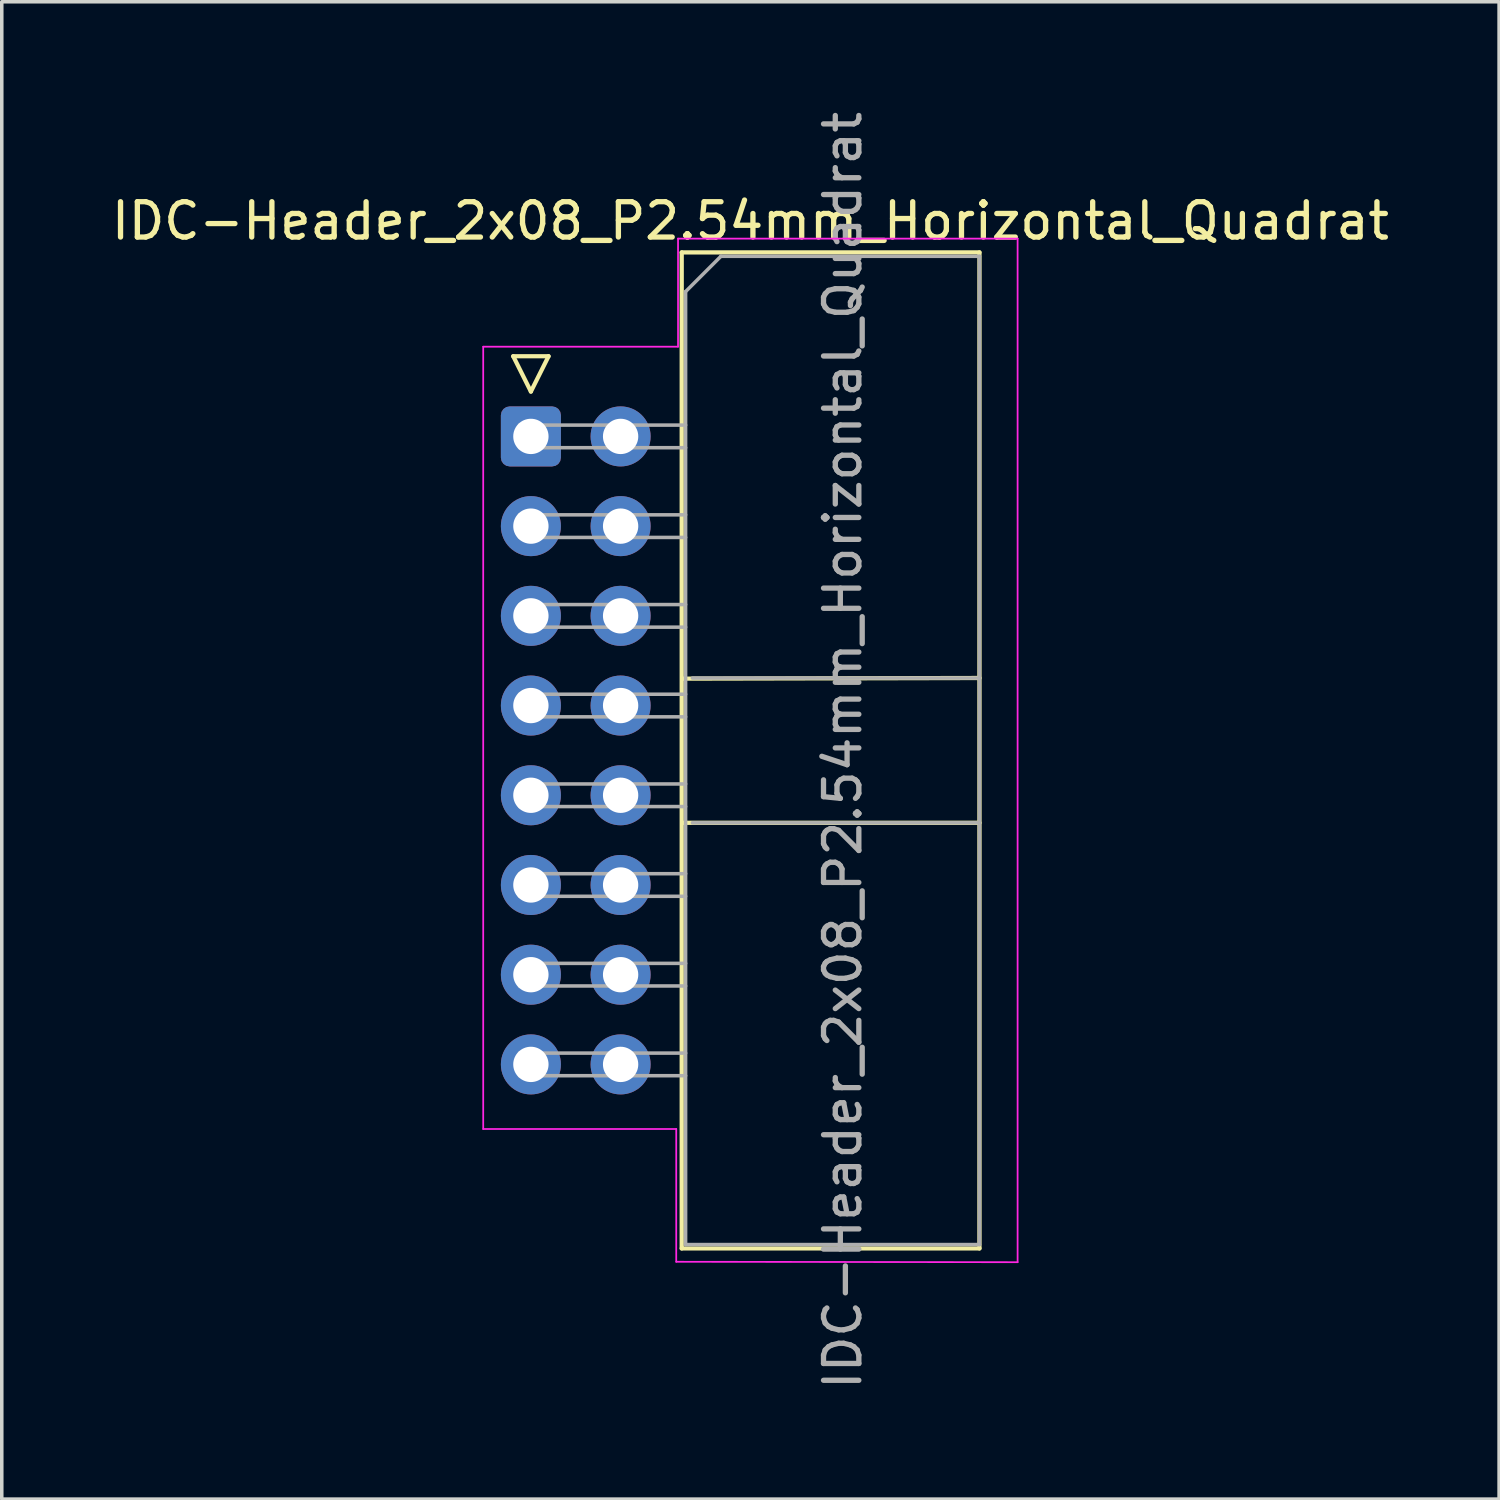
<source format=kicad_pcb>
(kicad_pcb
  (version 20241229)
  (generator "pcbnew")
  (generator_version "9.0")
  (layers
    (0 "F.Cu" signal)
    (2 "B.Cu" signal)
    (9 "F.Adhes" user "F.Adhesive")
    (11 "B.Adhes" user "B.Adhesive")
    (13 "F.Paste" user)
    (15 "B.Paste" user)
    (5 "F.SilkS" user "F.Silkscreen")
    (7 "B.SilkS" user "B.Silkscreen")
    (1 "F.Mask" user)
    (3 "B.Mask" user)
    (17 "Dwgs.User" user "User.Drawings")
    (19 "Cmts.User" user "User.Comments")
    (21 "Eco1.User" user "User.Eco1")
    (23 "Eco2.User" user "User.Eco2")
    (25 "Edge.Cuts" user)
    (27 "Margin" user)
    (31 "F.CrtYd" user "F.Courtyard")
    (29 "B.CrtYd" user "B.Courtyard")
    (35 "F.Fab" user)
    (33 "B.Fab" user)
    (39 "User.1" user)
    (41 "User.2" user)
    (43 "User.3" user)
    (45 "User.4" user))
  (footprint "IDC-Header_2x08_P2.54mm_Horizontal_Quadrat"
    (layer "F.Cu")
    (at 11.981 9.306)
    (property "Reference" "IDC-Header_2x08_P2.54mm_Horizontal_Quadrat" (at 6.215 -6.1 0) (layer "F.SilkS") (effects (font (size 1 1) (thickness 0.15))))
    (attr through_hole)
    (fp_line (start -0.5 -2.27) (end 0 -1.27) (stroke (width 0.12) (type solid)) (layer "F.SilkS"))
    (fp_line (start 0 -1.27) (end 0.5 -2.27) (stroke (width 0.12) (type solid)) (layer "F.SilkS"))
    (fp_line (start 0.5 -2.27) (end -0.5 -2.27) (stroke (width 0.12) (type solid)) (layer "F.SilkS"))
    (fp_line (start 4.27 -5.21) (end 12.7 -5.21) (stroke (width 0.12) (type solid)) (layer "F.SilkS"))
    (fp_line (start 4.27 22.99) (end 4.27 -5.21) (stroke (width 0.12) (type solid)) (layer "F.SilkS"))
    (fp_line (start 4.318 6.858) (end 12.7 6.84) (stroke (width 0.12) (type solid)) (layer "F.SilkS"))
    (fp_line (start 4.318 10.94) (end 12.7 10.94) (stroke (width 0.12) (type solid)) (layer "F.SilkS"))
    (fp_line (start 12.7 -5.21) (end 12.7 22.99) (stroke (width 0.12) (type solid)) (layer "F.SilkS"))
    (fp_line (start 12.7 22.99) (end 4.27 22.99) (stroke (width 0.12) (type solid)) (layer "F.SilkS"))
    (fp_line (start -1.35 -2.54) (end -1.35 19.609) (stroke (width 0.05) (type solid)) (layer "F.CrtYd"))
    (fp_line (start -1.35 -2.54) (end 4.166 -2.54) (stroke (width 0.05) (type solid)) (layer "F.CrtYd"))
    (fp_line (start -1.35 19.609) (end 4.115 19.609) (stroke (width 0.05) (type solid)) (layer "F.CrtYd"))
    (fp_line (start 4.115 19.609) (end 4.115 23.368) (stroke (width 0.05) (type solid)) (layer "F.CrtYd"))
    (fp_line (start 4.115 23.368) (end 13.78 23.38) (stroke (width 0.05) (type solid)) (layer "F.CrtYd"))
    (fp_line (start 4.166 -2.54) (end 4.166 -5.6) (stroke (width 0.05) (type solid)) (layer "F.CrtYd"))
    (fp_line (start 13.78 -5.6) (end 4.166 -5.6) (stroke (width 0.05) (type solid)) (layer "F.CrtYd"))
    (fp_line (start 13.78 23.38) (end 13.78 -5.6) (stroke (width 0.05) (type solid)) (layer "F.CrtYd"))
    (fp_line (start -0.32 -0.32) (end -0.32 0.32) (stroke (width 0.1) (type solid)) (layer "F.Fab"))
    (fp_line (start -0.32 0.32) (end 4.38 0.32) (stroke (width 0.1) (type solid)) (layer "F.Fab"))
    (fp_line (start -0.32 2.22) (end -0.32 2.86) (stroke (width 0.1) (type solid)) (layer "F.Fab"))
    (fp_line (start -0.32 2.86) (end 4.38 2.86) (stroke (width 0.1) (type solid)) (layer "F.Fab"))
    (fp_line (start -0.32 4.76) (end -0.32 5.4) (stroke (width 0.1) (type solid)) (layer "F.Fab"))
    (fp_line (start -0.32 5.4) (end 4.38 5.4) (stroke (width 0.1) (type solid)) (layer "F.Fab"))
    (fp_line (start -0.32 7.3) (end -0.32 7.94) (stroke (width 0.1) (type solid)) (layer "F.Fab"))
    (fp_line (start -0.32 7.94) (end 4.38 7.94) (stroke (width 0.1) (type solid)) (layer "F.Fab"))
    (fp_line (start -0.32 9.84) (end -0.32 10.48) (stroke (width 0.1) (type solid)) (layer "F.Fab"))
    (fp_line (start -0.32 10.48) (end 4.38 10.48) (stroke (width 0.1) (type solid)) (layer "F.Fab"))
    (fp_line (start -0.32 12.38) (end -0.32 13.02) (stroke (width 0.1) (type solid)) (layer "F.Fab"))
    (fp_line (start -0.32 13.02) (end 4.38 13.02) (stroke (width 0.1) (type solid)) (layer "F.Fab"))
    (fp_line (start -0.32 14.92) (end -0.32 15.56) (stroke (width 0.1) (type solid)) (layer "F.Fab"))
    (fp_line (start -0.32 15.56) (end 4.38 15.56) (stroke (width 0.1) (type solid)) (layer "F.Fab"))
    (fp_line (start -0.32 17.46) (end -0.32 18.1) (stroke (width 0.1) (type solid)) (layer "F.Fab"))
    (fp_line (start -0.32 18.1) (end 4.38 18.1) (stroke (width 0.1) (type solid)) (layer "F.Fab"))
    (fp_line (start 4.38 -4.1) (end 5.38 -5.1) (stroke (width 0.1) (type solid)) (layer "F.Fab"))
    (fp_line (start 4.38 -0.32) (end -0.32 -0.32) (stroke (width 0.1) (type solid)) (layer "F.Fab"))
    (fp_line (start 4.38 2.22) (end -0.32 2.22) (stroke (width 0.1) (type solid)) (layer "F.Fab"))
    (fp_line (start 4.38 4.76) (end -0.32 4.76) (stroke (width 0.1) (type solid)) (layer "F.Fab"))
    (fp_line (start 4.38 7.3) (end -0.32 7.3) (stroke (width 0.1) (type solid)) (layer "F.Fab"))
    (fp_line (start 4.38 9.84) (end -0.32 9.84) (stroke (width 0.1) (type solid)) (layer "F.Fab"))
    (fp_line (start 4.38 12.38) (end -0.32 12.38) (stroke (width 0.1) (type solid)) (layer "F.Fab"))
    (fp_line (start 4.38 14.92) (end -0.32 14.92) (stroke (width 0.1) (type solid)) (layer "F.Fab"))
    (fp_line (start 4.38 17.46) (end -0.32 17.46) (stroke (width 0.1) (type solid)) (layer "F.Fab"))
    (fp_line (start 4.38 22.88) (end 4.38 -4.1) (stroke (width 0.1) (type solid)) (layer "F.Fab"))
    (fp_line (start 4.572 6.84) (end 12.7 6.84) (stroke (width 0.1) (type solid)) (layer "F.Fab"))
    (fp_line (start 4.572 10.94) (end 12.7 10.94) (stroke (width 0.1) (type solid)) (layer "F.Fab"))
    (fp_line (start 5.38 -5.1) (end 12.7 -5.1) (stroke (width 0.1) (type solid)) (layer "F.Fab"))
    (fp_line (start 12.7 -5.1) (end 12.7 22.88) (stroke (width 0.1) (type solid)) (layer "F.Fab"))
    (fp_line (start 12.7 22.88) (end 4.38 22.88) (stroke (width 0.1) (type solid)) (layer "F.Fab"))
    (fp_text user "${REFERENCE}" (at 8.83 8.89 90) (layer "F.Fab") (effects (font (size 1 1) (thickness 0.15))))
    (pad "1" thru_hole roundrect (at 0 0) (size 1.7 1.7) (drill 1) (layers "*.Cu" "*.Mask") (roundrect_rratio 0.147))
    (pad "2" thru_hole circle (at 2.54 0) (size 1.7 1.7) (drill 1) (layers "*.Cu" "*.Mask"))
    (pad "3" thru_hole circle (at 0 2.54) (size 1.7 1.7) (drill 1) (layers "*.Cu" "*.Mask"))
    (pad "4" thru_hole circle (at 2.54 2.54) (size 1.7 1.7) (drill 1) (layers "*.Cu" "*.Mask"))
    (pad "5" thru_hole circle (at 0 5.08) (size 1.7 1.7) (drill 1) (layers "*.Cu" "*.Mask"))
    (pad "6" thru_hole circle (at 2.54 5.08) (size 1.7 1.7) (drill 1) (layers "*.Cu" "*.Mask"))
    (pad "7" thru_hole circle (at 0 7.62) (size 1.7 1.7) (drill 1) (layers "*.Cu" "*.Mask"))
    (pad "8" thru_hole circle (at 2.54 7.62) (size 1.7 1.7) (drill 1) (layers "*.Cu" "*.Mask"))
    (pad "9" thru_hole circle (at 0 10.16) (size 1.7 1.7) (drill 1) (layers "*.Cu" "*.Mask"))
    (pad "10" thru_hole circle (at 2.54 10.16) (size 1.7 1.7) (drill 1) (layers "*.Cu" "*.Mask"))
    (pad "11" thru_hole circle (at 0 12.7) (size 1.7 1.7) (drill 1) (layers "*.Cu" "*.Mask"))
    (pad "12" thru_hole circle (at 2.54 12.7) (size 1.7 1.7) (drill 1) (layers "*.Cu" "*.Mask"))
    (pad "13" thru_hole circle (at 0 15.24) (size 1.7 1.7) (drill 1) (layers "*.Cu" "*.Mask"))
    (pad "14" thru_hole circle (at 2.54 15.24) (size 1.7 1.7) (drill 1) (layers "*.Cu" "*.Mask"))
    (pad "15" thru_hole circle (at 0 17.78) (size 1.7 1.7) (drill 1) (layers "*.Cu" "*.Mask"))
    (pad "16" thru_hole circle (at 2.54 17.78) (size 1.7 1.7) (drill 1) (layers "*.Cu" "*.Mask")))
  (gr_rect
    (start -3 -3)
    (end 39.393 39.393)
    (stroke (width 0.1) (type default))
    (fill no)
    (layer "Edge.Cuts")))
</source>
